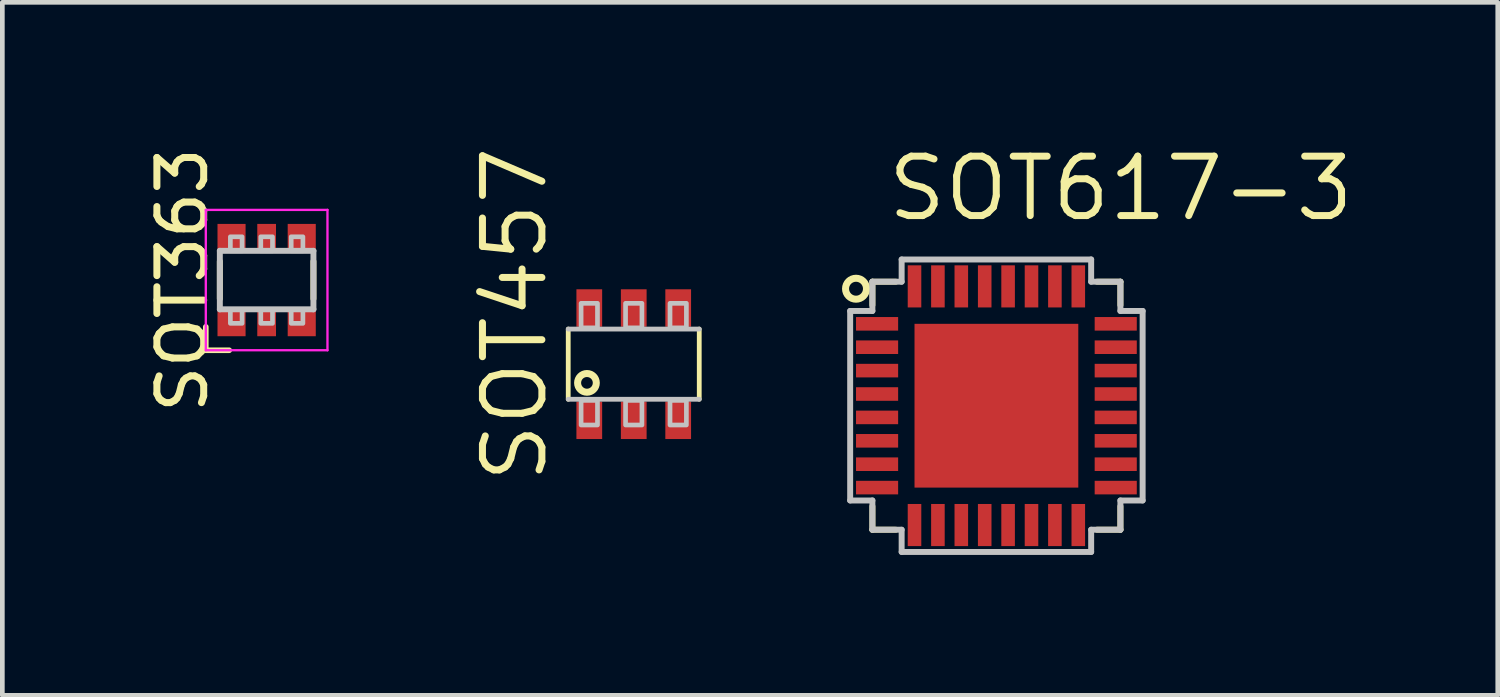
<source format=kicad_pcb>
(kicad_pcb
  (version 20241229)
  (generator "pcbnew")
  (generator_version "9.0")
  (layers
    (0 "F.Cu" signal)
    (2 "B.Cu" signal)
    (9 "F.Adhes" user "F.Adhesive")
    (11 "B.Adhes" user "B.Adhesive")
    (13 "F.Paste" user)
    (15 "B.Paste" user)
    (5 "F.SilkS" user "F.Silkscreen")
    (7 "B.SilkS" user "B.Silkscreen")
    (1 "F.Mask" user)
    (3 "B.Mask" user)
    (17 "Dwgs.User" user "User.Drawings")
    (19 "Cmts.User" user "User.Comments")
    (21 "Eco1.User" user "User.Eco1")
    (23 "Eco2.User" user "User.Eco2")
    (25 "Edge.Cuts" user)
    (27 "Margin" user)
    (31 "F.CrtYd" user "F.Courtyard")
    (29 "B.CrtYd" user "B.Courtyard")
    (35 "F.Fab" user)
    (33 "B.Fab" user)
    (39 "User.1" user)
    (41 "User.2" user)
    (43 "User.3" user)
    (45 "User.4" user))
  (footprint "SOT617-3"
    (layer "F.Cu")
    (at 18.243 5.62)
    (property "Reference" "SOT617-3" (at -2.4 -3.9 0) (layer "F.SilkS") (effects (font (size 1.27 1.27) (thickness 0.15)) (justify left bottom)))
    (attr through_hole)
    (fp_line (start -2.65 -2.65) (end -2.65 -2.15) (stroke (width 0.127) (type solid)) (layer "F.SilkS"))
    (fp_line (start -2.65 -2.65) (end -2.15 -2.65) (stroke (width 0.127) (type solid)) (layer "F.SilkS"))
    (fp_line (start -2.65 2.15) (end -2.65 2.65) (stroke (width 0.127) (type solid)) (layer "F.SilkS"))
    (fp_line (start -2.65 2.65) (end -2.15 2.65) (stroke (width 0.127) (type solid)) (layer "F.SilkS"))
    (fp_line (start 2.15 -2.65) (end 2.65 -2.65) (stroke (width 0.127) (type solid)) (layer "F.SilkS"))
    (fp_line (start 2.15 2.65) (end 2.65 2.65) (stroke (width 0.127) (type solid)) (layer "F.SilkS"))
    (fp_line (start 2.65 -2.65) (end 2.65 -2.15) (stroke (width 0.127) (type solid)) (layer "F.SilkS"))
    (fp_line (start 2.65 2.15) (end 2.65 2.65) (stroke (width 0.127) (type solid)) (layer "F.SilkS"))
    (fp_circle (center -3 -2.5) (end -2.776 -2.5) (stroke (width 0.15) (type solid)) (fill no) (layer "F.SilkS"))
    (fp_poly (pts (xy -1.05 -0.55) (xy -0.55 -0.55) (xy -0.55 -1.05) (xy -1.05 -1.05)) (stroke (width 0) (type solid)) (fill yes) (layer "F.Paste"))
    (fp_poly (pts (xy -1.05 0.25) (xy -0.55 0.25) (xy -0.55 -0.25) (xy -1.05 -0.25)) (stroke (width 0) (type solid)) (fill yes) (layer "F.Paste"))
    (fp_poly (pts (xy -1.05 1.05) (xy -0.55 1.05) (xy -0.55 0.55) (xy -1.05 0.55)) (stroke (width 0) (type solid)) (fill yes) (layer "F.Paste"))
    (fp_poly (pts (xy -0.25 -0.55) (xy 0.25 -0.55) (xy 0.25 -1.05) (xy -0.25 -1.05)) (stroke (width 0) (type solid)) (fill yes) (layer "F.Paste"))
    (fp_poly (pts (xy -0.25 0.25) (xy 0.25 0.25) (xy 0.25 -0.25) (xy -0.25 -0.25)) (stroke (width 0) (type solid)) (fill yes) (layer "F.Paste"))
    (fp_poly (pts (xy -0.25 1.05) (xy 0.25 1.05) (xy 0.25 0.55) (xy -0.25 0.55)) (stroke (width 0) (type solid)) (fill yes) (layer "F.Paste"))
    (fp_poly (pts (xy 0.55 -0.55) (xy 1.05 -0.55) (xy 1.05 -1.05) (xy 0.55 -1.05)) (stroke (width 0) (type solid)) (fill yes) (layer "F.Paste"))
    (fp_poly (pts (xy 0.55 0.25) (xy 1.05 0.25) (xy 1.05 -0.25) (xy 0.55 -0.25)) (stroke (width 0) (type solid)) (fill yes) (layer "F.Paste"))
    (fp_poly (pts (xy 0.55 1.05) (xy 1.05 1.05) (xy 1.05 0.55) (xy 0.55 0.55)) (stroke (width 0) (type solid)) (fill yes) (layer "F.Paste"))
    (fp_line (start -3.125 -2.025) (end -3.125 2.025) (stroke (width 0.127) (type solid)) (layer "Dwgs.User"))
    (fp_line (start -3.125 -2.025) (end -2.65 -2.025) (stroke (width 0.127) (type solid)) (layer "Dwgs.User"))
    (fp_line (start -3.125 2.025) (end -2.65 2.025) (stroke (width 0.127) (type solid)) (layer "Dwgs.User"))
    (fp_line (start -2.65 -2.65) (end -2.65 -2.025) (stroke (width 0.127) (type solid)) (layer "Dwgs.User"))
    (fp_line (start -2.65 -2.65) (end -2.025 -2.65) (stroke (width 0.127) (type solid)) (layer "Dwgs.User"))
    (fp_line (start -2.65 2.025) (end -2.65 2.65) (stroke (width 0.127) (type solid)) (layer "Dwgs.User"))
    (fp_line (start -2.65 2.65) (end -2.025 2.65) (stroke (width 0.127) (type solid)) (layer "Dwgs.User"))
    (fp_line (start -2.025 -3.125) (end -2.025 -2.65) (stroke (width 0.127) (type solid)) (layer "Dwgs.User"))
    (fp_line (start -2.025 3.125) (end -2.025 2.65) (stroke (width 0.127) (type solid)) (layer "Dwgs.User"))
    (fp_line (start -2.025 3.125) (end 2.025 3.125) (stroke (width 0.127) (type solid)) (layer "Dwgs.User"))
    (fp_line (start 2.025 -3.125) (end -2.025 -3.125) (stroke (width 0.127) (type solid)) (layer "Dwgs.User"))
    (fp_line (start 2.025 -3.125) (end 2.025 -2.65) (stroke (width 0.127) (type solid)) (layer "Dwgs.User"))
    (fp_line (start 2.025 -2.65) (end 2.65 -2.65) (stroke (width 0.127) (type solid)) (layer "Dwgs.User"))
    (fp_line (start 2.025 2.65) (end 2.65 2.65) (stroke (width 0.127) (type solid)) (layer "Dwgs.User"))
    (fp_line (start 2.025 3.125) (end 2.025 2.65) (stroke (width 0.127) (type solid)) (layer "Dwgs.User"))
    (fp_line (start 2.65 -2.65) (end 2.65 -2.025) (stroke (width 0.127) (type solid)) (layer "Dwgs.User"))
    (fp_line (start 2.65 -2.025) (end 3.125 -2.025) (stroke (width 0.127) (type solid)) (layer "Dwgs.User"))
    (fp_line (start 2.65 2.025) (end 2.65 2.65) (stroke (width 0.127) (type solid)) (layer "Dwgs.User"))
    (fp_line (start 2.65 2.025) (end 3.125 2.025) (stroke (width 0.127) (type solid)) (layer "Dwgs.User"))
    (fp_line (start 3.125 -2.025) (end 3.125 2.025) (stroke (width 0.127) (type solid)) (layer "Dwgs.User"))
    (pad "1" smd rect (at -2.55 -1.75 90) (size 0.29 0.9) (layers "F.Cu" "F.Mask" "F.Paste"))
    (pad "2" smd rect (at -2.55 -1.25 270) (size 0.29 0.9) (layers "F.Cu" "F.Mask" "F.Paste"))
    (pad "3" smd rect (at -2.55 -0.75 90) (size 0.29 0.9) (layers "F.Cu" "F.Mask" "F.Paste"))
    (pad "4" smd rect (at -2.55 -0.25 90) (size 0.29 0.9) (layers "F.Cu" "F.Mask" "F.Paste"))
    (pad "5" smd rect (at -2.55 0.25 90) (size 0.29 0.9) (layers "F.Cu" "F.Mask" "F.Paste"))
    (pad "6" smd rect (at -2.55 0.75 90) (size 0.29 0.9) (layers "F.Cu" "F.Mask" "F.Paste"))
    (pad "7" smd rect (at -2.55 1.25 90) (size 0.29 0.9) (layers "F.Cu" "F.Mask" "F.Paste"))
    (pad "8" smd rect (at -2.55 1.75 90) (size 0.29 0.9) (layers "F.Cu" "F.Mask" "F.Paste"))
    (pad "9" smd rect (at -1.75 2.55 180) (size 0.29 0.9) (layers "F.Cu" "F.Mask" "F.Paste"))
    (pad "10" smd rect (at -1.25 2.55 180) (size 0.29 0.9) (layers "F.Cu" "F.Mask" "F.Paste"))
    (pad "11" smd rect (at -0.75 2.55 180) (size 0.29 0.9) (layers "F.Cu" "F.Mask" "F.Paste"))
    (pad "12" smd rect (at -0.25 2.55 180) (size 0.29 0.9) (layers "F.Cu" "F.Mask" "F.Paste"))
    (pad "13" smd rect (at 0.25 2.55 180) (size 0.29 0.9) (layers "F.Cu" "F.Mask" "F.Paste"))
    (pad "14" smd rect (at 0.75 2.55 180) (size 0.29 0.9) (layers "F.Cu" "F.Mask" "F.Paste"))
    (pad "15" smd rect (at 1.25 2.55 180) (size 0.29 0.9) (layers "F.Cu" "F.Mask" "F.Paste"))
    (pad "16" smd rect (at 1.75 2.55 180) (size 0.29 0.9) (layers "F.Cu" "F.Mask" "F.Paste"))
    (pad "17" smd rect (at 2.55 1.75 270) (size 0.29 0.9) (layers "F.Cu" "F.Mask" "F.Paste"))
    (pad "18" smd rect (at 2.55 1.25 90) (size 0.29 0.9) (layers "F.Cu" "F.Mask" "F.Paste"))
    (pad "19" smd rect (at 2.55 0.75 270) (size 0.29 0.9) (layers "F.Cu" "F.Mask" "F.Paste"))
    (pad "20" smd rect (at 2.55 0.25 270) (size 0.29 0.9) (layers "F.Cu" "F.Mask" "F.Paste"))
    (pad "21" smd rect (at 2.55 -0.25 270) (size 0.29 0.9) (layers "F.Cu" "F.Mask" "F.Paste"))
    (pad "22" smd rect (at 2.55 -0.75 270) (size 0.29 0.9) (layers "F.Cu" "F.Mask" "F.Paste"))
    (pad "23" smd rect (at 2.55 -1.25 270) (size 0.29 0.9) (layers "F.Cu" "F.Mask" "F.Paste"))
    (pad "24" smd rect (at 2.55 -1.75 270) (size 0.29 0.9) (layers "F.Cu" "F.Mask" "F.Paste"))
    (pad "25" smd rect (at 1.75 -2.55) (size 0.29 0.9) (layers "F.Cu" "F.Mask" "F.Paste"))
    (pad "26" smd rect (at 1.25 -2.55) (size 0.29 0.9) (layers "F.Cu" "F.Mask" "F.Paste"))
    (pad "27" smd rect (at 0.75 -2.55) (size 0.29 0.9) (layers "F.Cu" "F.Mask" "F.Paste"))
    (pad "28" smd rect (at 0.25 -2.55) (size 0.29 0.9) (layers "F.Cu" "F.Mask" "F.Paste"))
    (pad "29" smd rect (at -0.25 -2.55) (size 0.29 0.9) (layers "F.Cu" "F.Mask" "F.Paste"))
    (pad "30" smd rect (at -0.75 -2.55) (size 0.29 0.9) (layers "F.Cu" "F.Mask" "F.Paste"))
    (pad "31" smd rect (at -1.25 -2.55) (size 0.29 0.9) (layers "F.Cu" "F.Mask" "F.Paste"))
    (pad "32" smd rect (at -1.75 -2.55) (size 0.29 0.9) (layers "F.Cu" "F.Mask" "F.Paste"))
    (pad "33" smd rect (at 0 0) (size 3.5 3.5) (layers "F.Cu" "F.Mask" "F.Paste")))
  (footprint "SOT457"
    (layer "F.Cu")
    (at 10.493 4.732)
    (property "Reference" "SOT457" (at -1.8 2.6 270) (layer "F.SilkS") (effects (font (size 1.27 1.27) (thickness 0.15)) (justify left bottom)))
    (attr through_hole)
    (fp_line (start -1.4 0.75) (end -1.4 -0.75) (stroke (width 0.102) (type solid)) (layer "F.SilkS"))
    (fp_line (start 1.4 -0.75) (end 1.4 0.75) (stroke (width 0.102) (type solid)) (layer "F.SilkS"))
    (fp_circle (center -1 0.4) (end -0.8 0.4) (stroke (width 0.15) (type solid)) (fill no) (layer "F.SilkS"))
    (fp_line (start -1.4 -0.75) (end 1.4 -0.75) (stroke (width 0.102) (type solid)) (layer "Dwgs.User"))
    (fp_line (start 1.4 0.75) (end -1.4 0.75) (stroke (width 0.102) (type solid)) (layer "Dwgs.User"))
    (fp_poly (pts (xy -1.125 -0.775) (xy -0.775 -0.775) (xy -0.775 -1.3) (xy -1.125 -1.3)) (stroke (width 0.1) (type solid)) (fill no) (layer "Dwgs.User"))
    (fp_poly (pts (xy -1.125 1.3) (xy -0.775 1.3) (xy -0.775 0.775) (xy -1.125 0.775)) (stroke (width 0.1) (type solid)) (fill no) (layer "Dwgs.User"))
    (fp_poly (pts (xy -0.175 -0.775) (xy 0.175 -0.775) (xy 0.175 -1.3) (xy -0.175 -1.3)) (stroke (width 0.1) (type solid)) (fill no) (layer "Dwgs.User"))
    (fp_poly (pts (xy -0.175 1.3) (xy 0.175 1.3) (xy 0.175 0.775) (xy -0.175 0.775)) (stroke (width 0.1) (type solid)) (fill no) (layer "Dwgs.User"))
    (fp_poly (pts (xy 0.775 -0.775) (xy 1.125 -0.775) (xy 1.125 -1.3) (xy 0.775 -1.3)) (stroke (width 0.1) (type solid)) (fill no) (layer "Dwgs.User"))
    (fp_poly (pts (xy 0.775 1.3) (xy 1.125 1.3) (xy 1.125 0.775) (xy 0.775 0.775)) (stroke (width 0.1) (type solid)) (fill no) (layer "Dwgs.User"))
    (pad "1" smd rect (at -0.95 1.2) (size 0.55 0.8) (layers "F.Cu" "F.Mask" "F.Paste"))
    (pad "2" smd rect (at 0 1.2) (size 0.55 0.8) (layers "F.Cu" "F.Mask" "F.Paste"))
    (pad "3" smd rect (at 0.95 1.2) (size 0.55 0.8) (layers "F.Cu" "F.Mask" "F.Paste"))
    (pad "4" smd rect (at 0.95 -1.2) (size 0.55 0.8) (layers "F.Cu" "F.Mask" "F.Paste"))
    (pad "5" smd rect (at 0 -1.2) (size 0.55 0.8) (layers "F.Cu" "F.Mask" "F.Paste"))
    (pad "6" smd rect (at -0.95 -1.2) (size 0.55 0.8) (layers "F.Cu" "F.Mask" "F.Paste")))
  (footprint "SOT363"
    (layer "F.Cu")
    (at 2.648 2.935)
    (property "Reference" "SOT363" (at -1.8 0 90) (layer "F.SilkS") (effects (font (size 1 1) (thickness 0.15))))
    (attr through_hole)
    (fp_line (start -1.3 1.5) (end -1.3 1) (stroke (width 0.12) (type solid)) (layer "F.SilkS"))
    (fp_line (start -1.3 1.5) (end -0.8 1.5) (stroke (width 0.12) (type solid)) (layer "F.SilkS"))
    (fp_line (start -1 0.4) (end -1 -0.4) (stroke (width 0.127) (type solid)) (layer "F.SilkS"))
    (fp_line (start 1 0.4) (end 1 -0.4) (stroke (width 0.127) (type solid)) (layer "F.SilkS"))
    (fp_line (start -1 -0.625) (end -1 0.625) (stroke (width 0.127) (type solid)) (layer "Dwgs.User"))
    (fp_line (start -1 -0.625) (end 1 -0.625) (stroke (width 0.127) (type solid)) (layer "Dwgs.User"))
    (fp_line (start 1 0.625) (end -1 0.625) (stroke (width 0.127) (type solid)) (layer "Dwgs.User"))
    (fp_line (start 1 0.625) (end 1 -0.625) (stroke (width 0.127) (type solid)) (layer "Dwgs.User"))
    (fp_poly (pts (xy -0.775 -0.625) (xy -0.525 -0.625) (xy -0.525 -0.925) (xy -0.775 -0.925)) (stroke (width 0.1) (type solid)) (fill no) (layer "Dwgs.User"))
    (fp_poly (pts (xy -0.775 0.925) (xy -0.525 0.925) (xy -0.525 0.625) (xy -0.775 0.625)) (stroke (width 0.1) (type solid)) (fill no) (layer "Dwgs.User"))
    (fp_poly (pts (xy -0.125 -0.625) (xy 0.125 -0.625) (xy 0.125 -0.925) (xy -0.125 -0.925)) (stroke (width 0.1) (type solid)) (fill no) (layer "Dwgs.User"))
    (fp_poly (pts (xy -0.125 0.925) (xy 0.125 0.925) (xy 0.125 0.625) (xy -0.125 0.625)) (stroke (width 0.1) (type solid)) (fill no) (layer "Dwgs.User"))
    (fp_poly (pts (xy 0.525 -0.625) (xy 0.775 -0.625) (xy 0.775 -0.925) (xy 0.525 -0.925)) (stroke (width 0.1) (type solid)) (fill no) (layer "Dwgs.User"))
    (fp_poly (pts (xy 0.525 0.925) (xy 0.775 0.925) (xy 0.775 0.625) (xy 0.525 0.625)) (stroke (width 0.1) (type solid)) (fill no) (layer "Dwgs.User"))
    (fp_line (start -1.3 -1.5) (end 1.3 -1.5) (stroke (width 0.05) (type solid)) (layer "F.CrtYd"))
    (fp_line (start -1.3 1.5) (end -1.3 -1.5) (stroke (width 0.05) (type solid)) (layer "F.CrtYd"))
    (fp_line (start 1.3 -1.5) (end 1.3 1.5) (stroke (width 0.05) (type solid)) (layer "F.CrtYd"))
    (fp_line (start 1.3 1.5) (end -1.3 1.5) (stroke (width 0.05) (type solid)) (layer "F.CrtYd"))
    (pad "1" smd rect (at -0.75 0.9) (size 0.6 0.6) (layers "F.Cu" "F.Mask" "F.Paste"))
    (pad "2" smd rect (at 0 0.9) (size 0.4 0.6) (layers "F.Cu" "F.Mask" "F.Paste"))
    (pad "3" smd rect (at 0.75 0.9) (size 0.6 0.6) (layers "F.Cu" "F.Mask" "F.Paste"))
    (pad "4" smd rect (at 0.75 -0.9) (size 0.6 0.6) (layers "F.Cu" "F.Mask" "F.Paste"))
    (pad "5" smd rect (at 0 -0.9) (size 0.4 0.6) (layers "F.Cu" "F.Mask" "F.Paste"))
    (pad "6" smd rect (at -0.75 -0.9) (size 0.6 0.6) (layers "F.Cu" "F.Mask" "F.Paste")))
  (gr_rect
    (start -3 -3)
    (end 28.957 11.809)
    (stroke (width 0.1) (type default))
    (fill no)
    (layer "Edge.Cuts")))
</source>
